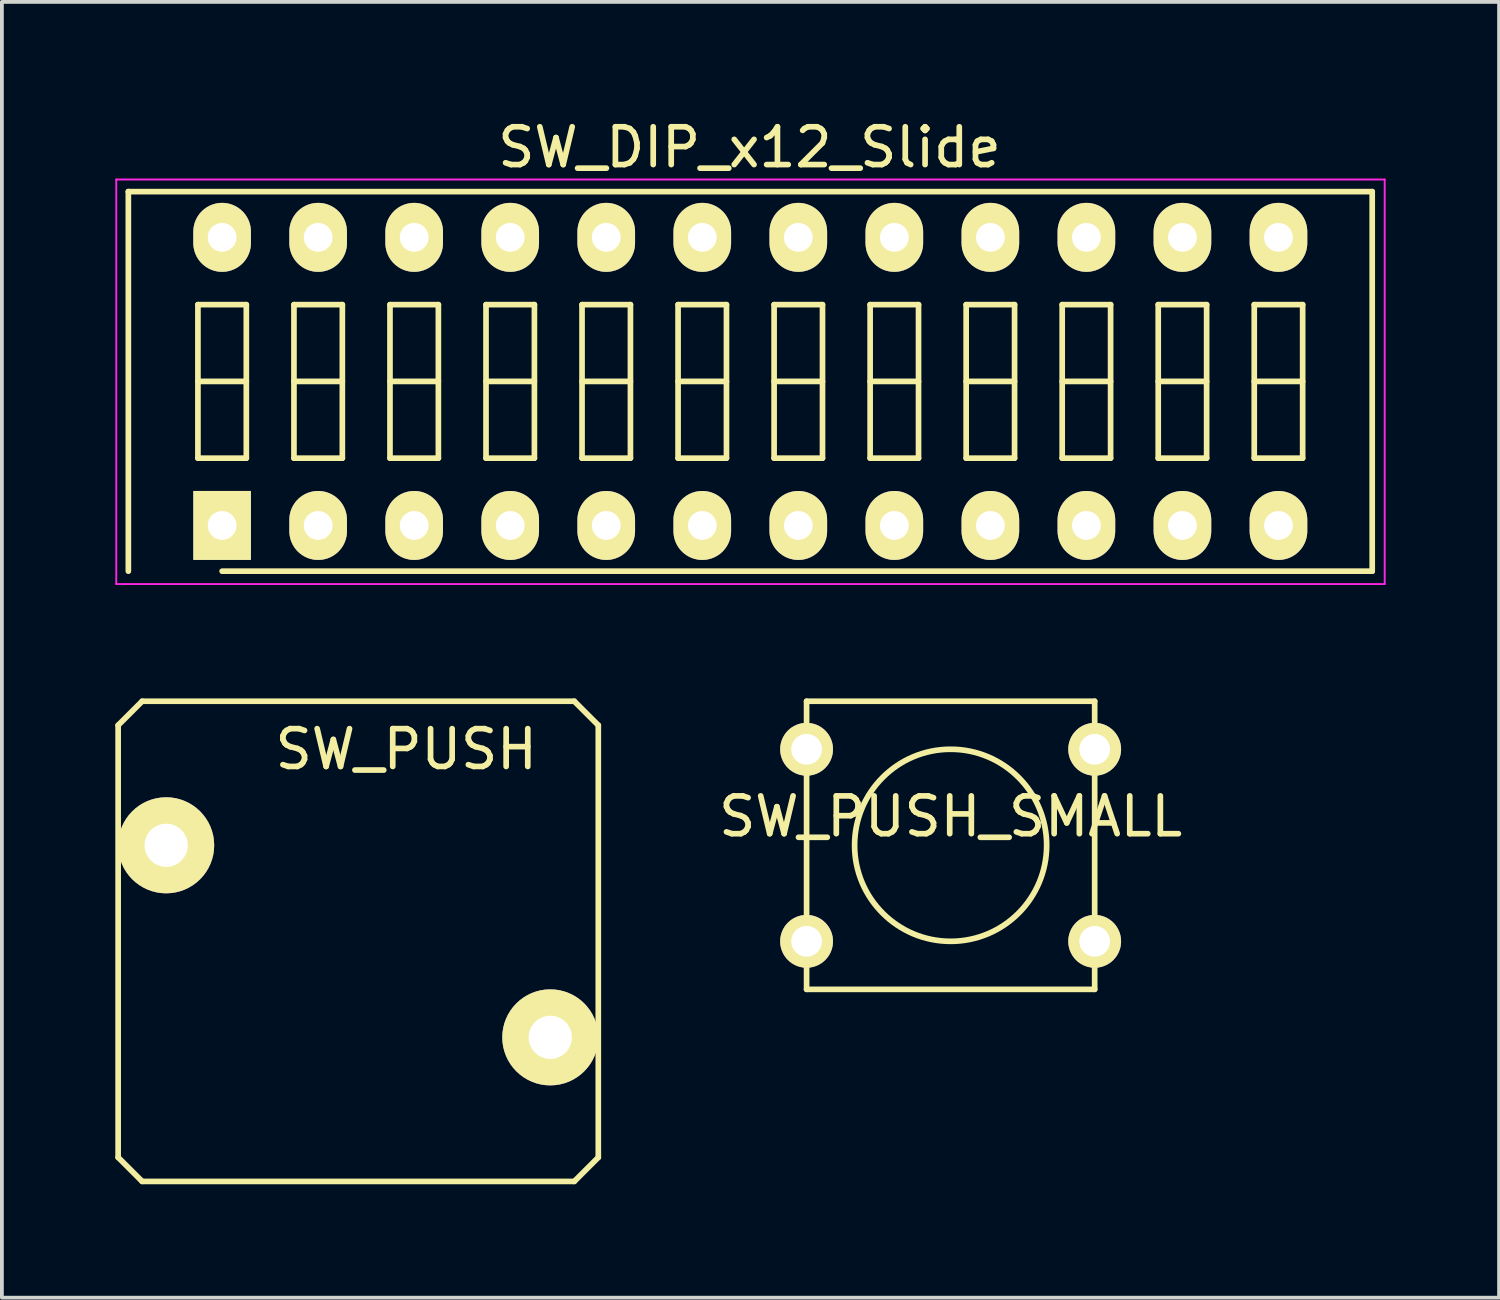
<source format=kicad_pcb>
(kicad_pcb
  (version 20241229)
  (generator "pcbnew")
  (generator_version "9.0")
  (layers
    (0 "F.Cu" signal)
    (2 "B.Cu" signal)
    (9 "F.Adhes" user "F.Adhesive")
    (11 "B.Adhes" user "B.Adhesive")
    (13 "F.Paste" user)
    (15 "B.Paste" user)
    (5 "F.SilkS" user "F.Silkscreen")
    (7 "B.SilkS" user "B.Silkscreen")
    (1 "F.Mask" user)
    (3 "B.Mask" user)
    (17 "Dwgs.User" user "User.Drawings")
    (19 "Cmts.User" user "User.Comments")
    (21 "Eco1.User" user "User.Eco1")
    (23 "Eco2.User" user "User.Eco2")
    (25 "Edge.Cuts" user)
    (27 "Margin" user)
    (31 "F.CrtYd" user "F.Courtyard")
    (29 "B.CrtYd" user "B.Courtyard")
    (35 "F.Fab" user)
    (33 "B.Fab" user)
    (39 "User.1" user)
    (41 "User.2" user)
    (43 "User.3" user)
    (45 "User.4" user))
  (footprint "SW_PUSH"
    (layer "F.Cu")
    (at 6.425 21.848)
    (property "Reference" "SW_PUSH" (at 1.27 -5.08 0) (layer "F.SilkS") (effects (font (size 1 1) (thickness 0.15))))
    (attr through_hole)
    (fp_line (start -6.35 -5.715) (end -5.715 -6.35) (stroke (width 0.15) (type solid)) (layer "F.SilkS"))
    (fp_line (start -6.35 5.715) (end -6.35 -5.715) (stroke (width 0.15) (type solid)) (layer "F.SilkS"))
    (fp_line (start -5.715 -6.35) (end 5.715 -6.35) (stroke (width 0.15) (type solid)) (layer "F.SilkS"))
    (fp_line (start -5.715 6.35) (end -6.35 5.715) (stroke (width 0.15) (type solid)) (layer "F.SilkS"))
    (fp_line (start 5.715 -6.35) (end 6.35 -5.715) (stroke (width 0.15) (type solid)) (layer "F.SilkS"))
    (fp_line (start 5.715 6.35) (end -5.715 6.35) (stroke (width 0.15) (type solid)) (layer "F.SilkS"))
    (fp_line (start 6.35 -5.715) (end 6.35 5.715) (stroke (width 0.15) (type solid)) (layer "F.SilkS"))
    (fp_line (start 6.35 5.715) (end 5.715 6.35) (stroke (width 0.15) (type solid)) (layer "F.SilkS"))
    (pad "1" thru_hole circle (at -5.08 -2.54) (size 2.54 2.54) (drill 1.143) (layers "*.Cu" "*.Mask" "F.SilkS"))
    (pad "2" thru_hole circle (at 5.08 2.54) (size 2.54 2.54) (drill 1.143) (layers "*.Cu" "*.Mask" "F.SilkS")))
  (footprint "SW_DIP_x12_Slide"
    (layer "F.Cu")
    (at 2.825 10.848)
    (property "Reference" "SW_DIP_x12_Slide" (at 13.95 -10 0) (layer "F.SilkS") (effects (font (size 1 1) (thickness 0.15))))
    (attr through_hole)
    (fp_line (start -2.48 -8.83) (end 30.42 -8.83) (stroke (width 0.15) (type solid)) (layer "F.SilkS"))
    (fp_line (start -2.48 1.21) (end -2.48 -8.83) (stroke (width 0.15) (type solid)) (layer "F.SilkS"))
    (fp_line (start -0.64 -5.84) (end -0.64 -1.78) (stroke (width 0.15) (type solid)) (layer "F.SilkS"))
    (fp_line (start -0.64 -3.81) (end 0.64 -3.81) (stroke (width 0.15) (type solid)) (layer "F.SilkS"))
    (fp_line (start -0.64 -1.78) (end 0.64 -1.78) (stroke (width 0.15) (type solid)) (layer "F.SilkS"))
    (fp_line (start 0.64 -5.84) (end -0.64 -5.84) (stroke (width 0.15) (type solid)) (layer "F.SilkS"))
    (fp_line (start 0.64 -1.78) (end 0.64 -5.84) (stroke (width 0.15) (type solid)) (layer "F.SilkS"))
    (fp_line (start 1.9 -5.84) (end 1.9 -1.78) (stroke (width 0.15) (type solid)) (layer "F.SilkS"))
    (fp_line (start 1.9 -3.81) (end 3.18 -3.81) (stroke (width 0.15) (type solid)) (layer "F.SilkS"))
    (fp_line (start 1.9 -1.78) (end 3.18 -1.78) (stroke (width 0.15) (type solid)) (layer "F.SilkS"))
    (fp_line (start 3.18 -5.84) (end 1.9 -5.84) (stroke (width 0.15) (type solid)) (layer "F.SilkS"))
    (fp_line (start 3.18 -1.78) (end 3.18 -5.84) (stroke (width 0.15) (type solid)) (layer "F.SilkS"))
    (fp_line (start 4.44 -5.84) (end 4.44 -1.78) (stroke (width 0.15) (type solid)) (layer "F.SilkS"))
    (fp_line (start 4.44 -3.81) (end 5.72 -3.81) (stroke (width 0.15) (type solid)) (layer "F.SilkS"))
    (fp_line (start 4.44 -1.78) (end 5.72 -1.78) (stroke (width 0.15) (type solid)) (layer "F.SilkS"))
    (fp_line (start 5.72 -5.84) (end 4.44 -5.84) (stroke (width 0.15) (type solid)) (layer "F.SilkS"))
    (fp_line (start 5.72 -1.78) (end 5.72 -5.84) (stroke (width 0.15) (type solid)) (layer "F.SilkS"))
    (fp_line (start 6.98 -5.84) (end 6.98 -1.78) (stroke (width 0.15) (type solid)) (layer "F.SilkS"))
    (fp_line (start 6.98 -3.81) (end 8.26 -3.81) (stroke (width 0.15) (type solid)) (layer "F.SilkS"))
    (fp_line (start 6.98 -1.78) (end 8.26 -1.78) (stroke (width 0.15) (type solid)) (layer "F.SilkS"))
    (fp_line (start 8.26 -5.84) (end 6.98 -5.84) (stroke (width 0.15) (type solid)) (layer "F.SilkS"))
    (fp_line (start 8.26 -1.78) (end 8.26 -5.84) (stroke (width 0.15) (type solid)) (layer "F.SilkS"))
    (fp_line (start 9.52 -5.84) (end 9.52 -1.78) (stroke (width 0.15) (type solid)) (layer "F.SilkS"))
    (fp_line (start 9.52 -3.81) (end 10.8 -3.81) (stroke (width 0.15) (type solid)) (layer "F.SilkS"))
    (fp_line (start 9.52 -1.78) (end 10.8 -1.78) (stroke (width 0.15) (type solid)) (layer "F.SilkS"))
    (fp_line (start 10.8 -5.84) (end 9.52 -5.84) (stroke (width 0.15) (type solid)) (layer "F.SilkS"))
    (fp_line (start 10.8 -1.78) (end 10.8 -5.84) (stroke (width 0.15) (type solid)) (layer "F.SilkS"))
    (fp_line (start 12.06 -5.84) (end 12.06 -1.78) (stroke (width 0.15) (type solid)) (layer "F.SilkS"))
    (fp_line (start 12.06 -3.81) (end 13.34 -3.81) (stroke (width 0.15) (type solid)) (layer "F.SilkS"))
    (fp_line (start 12.06 -1.78) (end 13.34 -1.78) (stroke (width 0.15) (type solid)) (layer "F.SilkS"))
    (fp_line (start 13.34 -5.84) (end 12.06 -5.84) (stroke (width 0.15) (type solid)) (layer "F.SilkS"))
    (fp_line (start 13.34 -1.78) (end 13.34 -5.84) (stroke (width 0.15) (type solid)) (layer "F.SilkS"))
    (fp_line (start 14.6 -5.84) (end 14.6 -1.78) (stroke (width 0.15) (type solid)) (layer "F.SilkS"))
    (fp_line (start 14.6 -3.81) (end 15.88 -3.81) (stroke (width 0.15) (type solid)) (layer "F.SilkS"))
    (fp_line (start 14.6 -1.78) (end 15.88 -1.78) (stroke (width 0.15) (type solid)) (layer "F.SilkS"))
    (fp_line (start 15.88 -5.84) (end 14.6 -5.84) (stroke (width 0.15) (type solid)) (layer "F.SilkS"))
    (fp_line (start 15.88 -1.78) (end 15.88 -5.84) (stroke (width 0.15) (type solid)) (layer "F.SilkS"))
    (fp_line (start 17.14 -5.84) (end 17.14 -1.78) (stroke (width 0.15) (type solid)) (layer "F.SilkS"))
    (fp_line (start 17.14 -3.81) (end 18.42 -3.81) (stroke (width 0.15) (type solid)) (layer "F.SilkS"))
    (fp_line (start 17.14 -1.78) (end 18.42 -1.78) (stroke (width 0.15) (type solid)) (layer "F.SilkS"))
    (fp_line (start 18.42 -5.84) (end 17.14 -5.84) (stroke (width 0.15) (type solid)) (layer "F.SilkS"))
    (fp_line (start 18.42 -1.78) (end 18.42 -5.84) (stroke (width 0.15) (type solid)) (layer "F.SilkS"))
    (fp_line (start 19.68 -5.84) (end 19.68 -1.78) (stroke (width 0.15) (type solid)) (layer "F.SilkS"))
    (fp_line (start 19.68 -3.81) (end 20.96 -3.81) (stroke (width 0.15) (type solid)) (layer "F.SilkS"))
    (fp_line (start 19.68 -1.78) (end 20.96 -1.78) (stroke (width 0.15) (type solid)) (layer "F.SilkS"))
    (fp_line (start 20.96 -5.84) (end 19.68 -5.84) (stroke (width 0.15) (type solid)) (layer "F.SilkS"))
    (fp_line (start 20.96 -1.78) (end 20.96 -5.84) (stroke (width 0.15) (type solid)) (layer "F.SilkS"))
    (fp_line (start 22.22 -5.84) (end 22.22 -1.78) (stroke (width 0.15) (type solid)) (layer "F.SilkS"))
    (fp_line (start 22.22 -3.81) (end 23.5 -3.81) (stroke (width 0.15) (type solid)) (layer "F.SilkS"))
    (fp_line (start 22.22 -1.78) (end 23.5 -1.78) (stroke (width 0.15) (type solid)) (layer "F.SilkS"))
    (fp_line (start 23.5 -5.84) (end 22.22 -5.84) (stroke (width 0.15) (type solid)) (layer "F.SilkS"))
    (fp_line (start 23.5 -1.78) (end 23.5 -5.84) (stroke (width 0.15) (type solid)) (layer "F.SilkS"))
    (fp_line (start 24.76 -5.84) (end 24.76 -1.78) (stroke (width 0.15) (type solid)) (layer "F.SilkS"))
    (fp_line (start 24.76 -3.81) (end 26.04 -3.81) (stroke (width 0.15) (type solid)) (layer "F.SilkS"))
    (fp_line (start 24.76 -1.78) (end 26.04 -1.78) (stroke (width 0.15) (type solid)) (layer "F.SilkS"))
    (fp_line (start 26.04 -5.84) (end 24.76 -5.84) (stroke (width 0.15) (type solid)) (layer "F.SilkS"))
    (fp_line (start 26.04 -1.78) (end 26.04 -5.84) (stroke (width 0.15) (type solid)) (layer "F.SilkS"))
    (fp_line (start 27.3 -5.84) (end 27.3 -1.78) (stroke (width 0.15) (type solid)) (layer "F.SilkS"))
    (fp_line (start 27.3 -3.81) (end 28.58 -3.81) (stroke (width 0.15) (type solid)) (layer "F.SilkS"))
    (fp_line (start 27.3 -1.78) (end 28.58 -1.78) (stroke (width 0.15) (type solid)) (layer "F.SilkS"))
    (fp_line (start 28.58 -5.84) (end 27.3 -5.84) (stroke (width 0.15) (type solid)) (layer "F.SilkS"))
    (fp_line (start 28.58 -1.78) (end 28.58 -5.84) (stroke (width 0.15) (type solid)) (layer "F.SilkS"))
    (fp_line (start 30.42 -8.83) (end 30.42 1.21) (stroke (width 0.15) (type solid)) (layer "F.SilkS"))
    (fp_line (start 30.42 1.21) (end 0 1.21) (stroke (width 0.15) (type solid)) (layer "F.SilkS"))
    (fp_line (start -2.8 -9.15) (end -2.8 1.55) (stroke (width 0.05) (type solid)) (layer "F.CrtYd"))
    (fp_line (start -2.8 1.55) (end 30.75 1.55) (stroke (width 0.05) (type solid)) (layer "F.CrtYd"))
    (fp_line (start 30.75 -9.15) (end -2.8 -9.15) (stroke (width 0.05) (type solid)) (layer "F.CrtYd"))
    (fp_line (start 30.75 1.55) (end 30.75 -9.15) (stroke (width 0.05) (type solid)) (layer "F.CrtYd"))
    (pad "1" thru_hole rect (at 0 0) (size 1.524 1.824) (drill 0.762) (layers "*.Cu" "*.Mask" "F.SilkS"))
    (pad "2" thru_hole oval (at 2.54 0) (size 1.524 1.824) (drill 0.762) (layers "*.Cu" "*.Mask" "F.SilkS"))
    (pad "3" thru_hole oval (at 5.08 0) (size 1.524 1.824) (drill 0.762) (layers "*.Cu" "*.Mask" "F.SilkS"))
    (pad "4" thru_hole oval (at 7.62 0) (size 1.524 1.824) (drill 0.762) (layers "*.Cu" "*.Mask" "F.SilkS"))
    (pad "5" thru_hole oval (at 10.16 0) (size 1.524 1.824) (drill 0.762) (layers "*.Cu" "*.Mask" "F.SilkS"))
    (pad "6" thru_hole oval (at 12.7 0) (size 1.524 1.824) (drill 0.762) (layers "*.Cu" "*.Mask" "F.SilkS"))
    (pad "7" thru_hole oval (at 15.24 0) (size 1.524 1.824) (drill 0.762) (layers "*.Cu" "*.Mask" "F.SilkS"))
    (pad "8" thru_hole oval (at 17.78 0) (size 1.524 1.824) (drill 0.762) (layers "*.Cu" "*.Mask" "F.SilkS"))
    (pad "9" thru_hole oval (at 20.32 0) (size 1.524 1.824) (drill 0.762) (layers "*.Cu" "*.Mask" "F.SilkS"))
    (pad "10" thru_hole oval (at 22.86 0) (size 1.524 1.824) (drill 0.762) (layers "*.Cu" "*.Mask" "F.SilkS"))
    (pad "11" thru_hole oval (at 25.4 0) (size 1.524 1.824) (drill 0.762) (layers "*.Cu" "*.Mask" "F.SilkS"))
    (pad "12" thru_hole oval (at 27.94 0) (size 1.524 1.824) (drill 0.762) (layers "*.Cu" "*.Mask" "F.SilkS"))
    (pad "13" thru_hole oval (at 27.94 -7.62) (size 1.524 1.824) (drill 0.762) (layers "*.Cu" "*.Mask" "F.SilkS"))
    (pad "14" thru_hole oval (at 25.4 -7.62) (size 1.524 1.824) (drill 0.762) (layers "*.Cu" "*.Mask" "F.SilkS"))
    (pad "15" thru_hole oval (at 22.86 -7.62) (size 1.524 1.824) (drill 0.762) (layers "*.Cu" "*.Mask" "F.SilkS"))
    (pad "16" thru_hole oval (at 20.32 -7.62) (size 1.524 1.824) (drill 0.762) (layers "*.Cu" "*.Mask" "F.SilkS"))
    (pad "17" thru_hole oval (at 17.78 -7.62) (size 1.524 1.824) (drill 0.762) (layers "*.Cu" "*.Mask" "F.SilkS"))
    (pad "18" thru_hole oval (at 15.24 -7.62) (size 1.524 1.824) (drill 0.762) (layers "*.Cu" "*.Mask" "F.SilkS"))
    (pad "19" thru_hole oval (at 12.7 -7.62) (size 1.524 1.824) (drill 0.762) (layers "*.Cu" "*.Mask" "F.SilkS"))
    (pad "20" thru_hole oval (at 10.16 -7.62) (size 1.524 1.824) (drill 0.762) (layers "*.Cu" "*.Mask" "F.SilkS"))
    (pad "21" thru_hole oval (at 7.62 -7.62) (size 1.524 1.824) (drill 0.762) (layers "*.Cu" "*.Mask" "F.SilkS"))
    (pad "22" thru_hole oval (at 5.08 -7.62) (size 1.524 1.824) (drill 0.762) (layers "*.Cu" "*.Mask" "F.SilkS"))
    (pad "23" thru_hole oval (at 2.54 -7.62) (size 1.524 1.824) (drill 0.762) (layers "*.Cu" "*.Mask" "F.SilkS"))
    (pad "24" thru_hole oval (at 0 -7.62) (size 1.524 1.824) (drill 0.762) (layers "*.Cu" "*.Mask" "F.SilkS")))
  (footprint "SW_PUSH_SMALL"
    (layer "F.Cu")
    (at 22.094 19.308)
    (property "Reference" "SW_PUSH_SMALL" (at 0 -0.762 0) (layer "F.SilkS") (effects (font (size 1 1) (thickness 0.15))))
    (attr through_hole)
    (fp_line (start -3.81 -3.81) (end -3.81 3.81) (stroke (width 0.15) (type solid)) (layer "F.SilkS"))
    (fp_line (start -3.81 -3.81) (end 3.81 -3.81) (stroke (width 0.15) (type solid)) (layer "F.SilkS"))
    (fp_line (start 3.81 -3.81) (end 3.81 3.81) (stroke (width 0.15) (type solid)) (layer "F.SilkS"))
    (fp_line (start 3.81 3.81) (end -3.81 3.81) (stroke (width 0.15) (type solid)) (layer "F.SilkS"))
    (fp_circle (center 0 0) (end 0 -2.54) (stroke (width 0.15) (type solid)) (fill no) (layer "F.SilkS"))
    (pad "1" thru_hole circle (at -3.81 -2.54) (size 1.397 1.397) (drill 0.813) (layers "*.Cu" "*.Mask" "F.SilkS"))
    (pad "1" thru_hole circle (at 3.81 -2.54) (size 1.397 1.397) (drill 0.813) (layers "*.Cu" "*.Mask" "F.SilkS"))
    (pad "2" thru_hole circle (at -3.81 2.54) (size 1.397 1.397) (drill 0.813) (layers "*.Cu" "*.Mask" "F.SilkS"))
    (pad "2" thru_hole circle (at 3.81 2.54) (size 1.397 1.397) (drill 0.813) (layers "*.Cu" "*.Mask" "F.SilkS")))
  (gr_rect
    (start -3 -3)
    (end 36.6 31.273)
    (stroke (width 0.1) (type default))
    (fill no)
    (layer "Edge.Cuts")))
</source>
